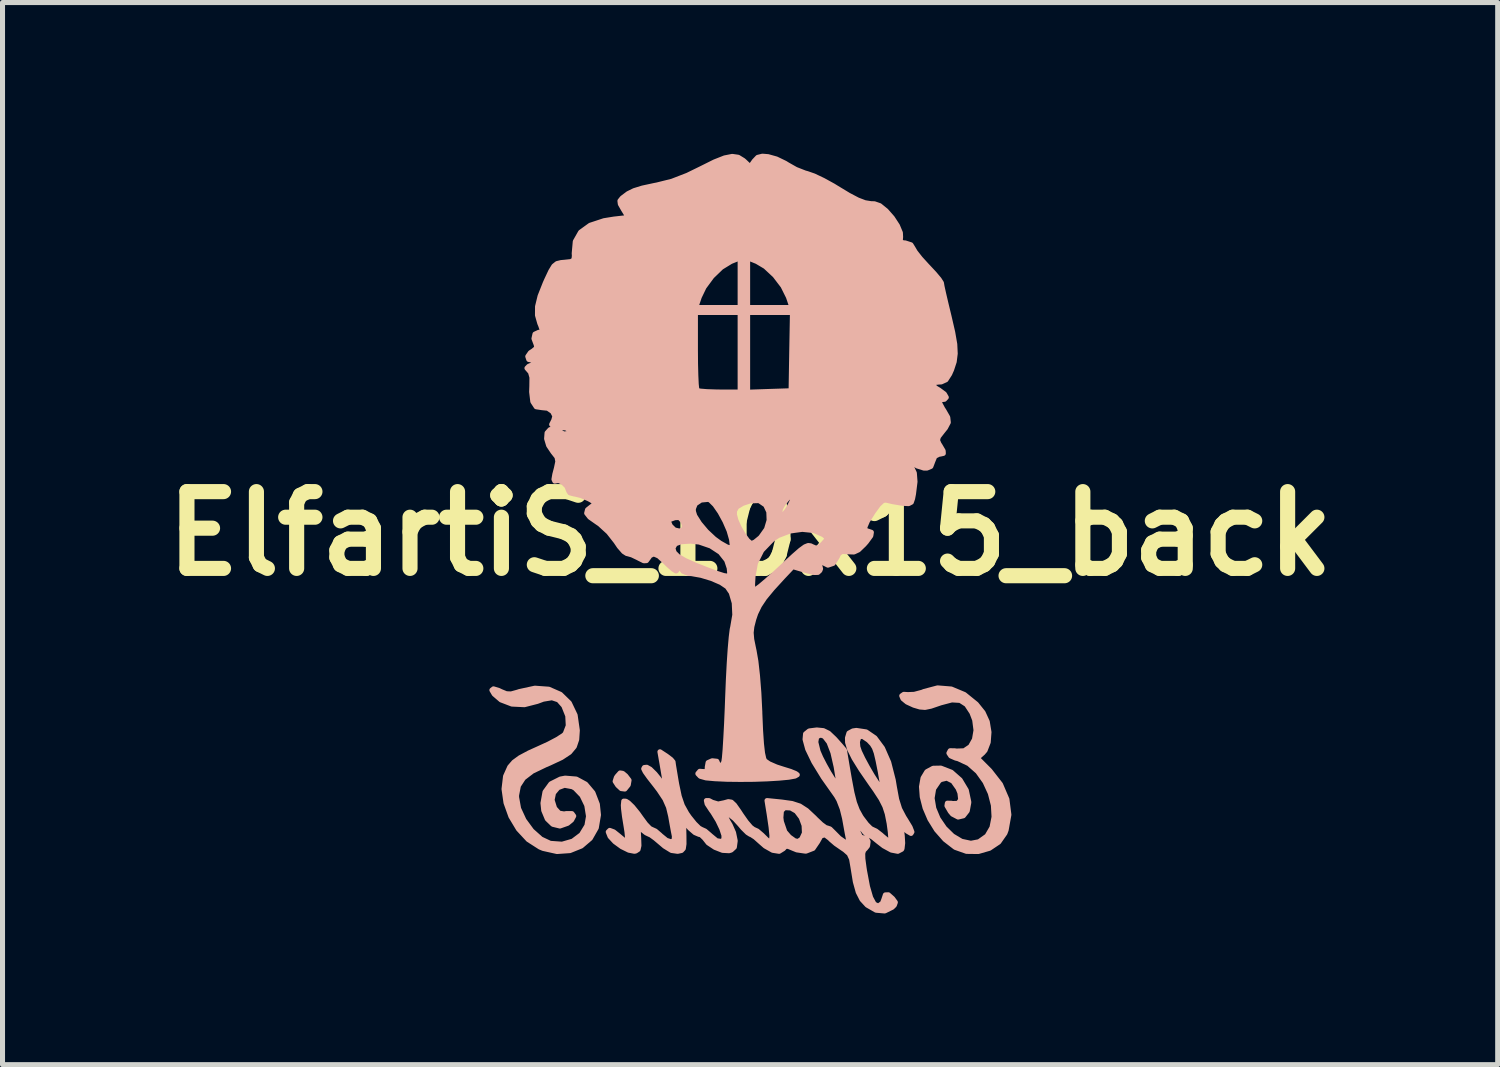
<source format=kicad_pcb>
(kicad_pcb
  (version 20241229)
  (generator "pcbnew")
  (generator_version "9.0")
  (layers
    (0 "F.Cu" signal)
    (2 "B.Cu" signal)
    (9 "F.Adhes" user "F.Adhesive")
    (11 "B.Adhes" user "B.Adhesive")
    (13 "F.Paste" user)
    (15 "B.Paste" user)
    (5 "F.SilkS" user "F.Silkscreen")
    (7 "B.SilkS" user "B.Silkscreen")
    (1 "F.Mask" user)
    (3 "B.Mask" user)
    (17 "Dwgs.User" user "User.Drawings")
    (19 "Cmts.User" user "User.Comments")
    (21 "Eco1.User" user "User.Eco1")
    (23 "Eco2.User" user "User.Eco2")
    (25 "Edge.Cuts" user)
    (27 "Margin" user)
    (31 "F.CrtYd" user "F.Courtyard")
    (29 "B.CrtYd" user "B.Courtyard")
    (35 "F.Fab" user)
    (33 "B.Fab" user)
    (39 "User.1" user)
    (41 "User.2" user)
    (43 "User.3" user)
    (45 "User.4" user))
  (footprint "ElfartiS_10x15_back"
    (layer "F.Cu")
    (at 11.836 7.541)
    (property "Reference" "ElfartiS_10x15_back" (at 0 0 0) (layer "F.SilkS") (effects (font (size 1.524 1.524) (thickness 0.3))))
    (attr exclude_from_pos_files exclude_from_bom)
    (fp_circle (center -0.2 0.3) (end -0.3 0.3) (stroke (width 0.15) (type solid)) (fill no) (layer "B.SilkS"))
    (fp_poly (pts (xy -2.402 4.893) (xy -2.417 4.981) (xy -2.42 4.988) (xy -2.485 5.068) (xy -2.557 5.059) (xy -2.627 4.994) (xy -2.678 4.915) (xy -2.654 4.839) (xy -2.636 4.813) (xy -2.579 4.749) (xy -2.528 4.757) (xy -2.468 4.807) (xy -2.402 4.893)) (stroke (width 0.1) (type solid)) (fill yes) (layer "B.SilkS"))
    (fp_poly (pts (xy -3.009 5.581) (xy -3.052 5.837) (xy -3.171 6.046) (xy -3.35 6.199) (xy -3.576 6.29) (xy -3.832 6.308) (xy -4.105 6.247) (xy -4.17 6.22) (xy -4.402 6.071) (xy -4.597 5.861) (xy -4.747 5.611) (xy -4.844 5.34) (xy -4.883 5.068) (xy -4.853 4.816) (xy -4.77 4.631) (xy -4.687 4.535) (xy -4.565 4.446) (xy -4.383 4.349) (xy -4.199 4.266) (xy -3.996 4.173) (xy -3.824 4.082) (xy -3.706 4.006) (xy -3.67 3.973) (xy -3.608 3.811) (xy -3.618 3.615) (xy -3.697 3.417) (xy -3.698 3.415) (xy -3.801 3.299) (xy -3.931 3.256) (xy -4.106 3.285) (xy -4.225 3.329) (xy -4.478 3.394) (xy -4.726 3.382) (xy -4.943 3.299) (xy -5.078 3.183) (xy -5.124 3.105) (xy -5.092 3.08) (xy -4.988 3.112) (xy -4.945 3.133) (xy -4.838 3.177) (xy -4.742 3.181) (xy -4.611 3.145) (xy -4.579 3.134) (xy -4.271 3.067) (xy -3.996 3.087) (xy -3.765 3.188) (xy -3.587 3.361) (xy -3.472 3.602) (xy -3.429 3.903) (xy -3.429 3.906) (xy -3.441 4.085) (xy -3.488 4.224) (xy -3.583 4.338) (xy -3.742 4.443) (xy -3.979 4.554) (xy -4.061 4.589) (xy -4.323 4.715) (xy -4.498 4.849) (xy -4.598 5.002) (xy -4.634 5.189) (xy -4.635 5.228) (xy -4.594 5.456) (xy -4.487 5.687) (xy -4.333 5.897) (xy -4.15 6.06) (xy -3.967 6.146) (xy -3.73 6.163) (xy -3.518 6.102) (xy -3.348 5.974) (xy -3.238 5.794) (xy -3.206 5.609) (xy -3.241 5.39) (xy -3.336 5.194) (xy -3.473 5.052) (xy -3.526 5.022) (xy -3.683 4.993) (xy -3.813 5.041) (xy -3.901 5.146) (xy -3.93 5.286) (xy -3.882 5.44) (xy -3.873 5.456) (xy -3.792 5.546) (xy -3.692 5.563) (xy -3.645 5.555) (xy -3.535 5.556) (xy -3.5 5.604) (xy -3.542 5.683) (xy -3.623 5.749) (xy -3.774 5.802) (xy -3.914 5.768) (xy -4.025 5.661) (xy -4.095 5.493) (xy -4.11 5.348) (xy -4.07 5.126) (xy -3.953 4.965) (xy -3.764 4.87) (xy -3.67 4.852) (xy -3.45 4.87) (xy -3.263 4.971) (xy -3.119 5.142) (xy -3.031 5.371) (xy -3.009 5.581)) (stroke (width 0.1) (type solid)) (fill yes) (layer "B.SilkS"))
    (fp_poly (pts (xy 5.136 5.578) (xy 5.082 5.88) (xy 5.058 5.944) (xy 4.935 6.12) (xy 4.75 6.244) (xy 4.528 6.308) (xy 4.296 6.305) (xy 4.078 6.228) (xy 4.066 6.221) (xy 3.867 6.067) (xy 3.7 5.877) (xy 3.568 5.664) (xy 3.473 5.442) (xy 3.417 5.223) (xy 3.402 5.022) (xy 3.432 4.851) (xy 3.508 4.724) (xy 3.634 4.656) (xy 3.786 4.653) (xy 3.994 4.734) (xy 4.169 4.888) (xy 4.291 5.092) (xy 4.34 5.322) (xy 4.34 5.339) (xy 4.31 5.501) (xy 4.233 5.599) (xy 4.129 5.624) (xy 4.018 5.566) (xy 3.973 5.513) (xy 3.907 5.4) (xy 3.915 5.349) (xy 3.998 5.351) (xy 4.019 5.356) (xy 4.13 5.352) (xy 4.18 5.279) (xy 4.165 5.147) (xy 4.128 5.055) (xy 4.026 4.911) (xy 3.906 4.851) (xy 3.782 4.881) (xy 3.748 4.908) (xy 3.643 5.062) (xy 3.612 5.249) (xy 3.646 5.453) (xy 3.731 5.656) (xy 3.859 5.844) (xy 4.017 5.999) (xy 4.195 6.105) (xy 4.382 6.145) (xy 4.543 6.114) (xy 4.703 6) (xy 4.801 5.831) (xy 4.842 5.622) (xy 4.829 5.39) (xy 4.768 5.152) (xy 4.663 4.924) (xy 4.519 4.722) (xy 4.34 4.564) (xy 4.131 4.466) (xy 4.081 4.454) (xy 3.983 4.411) (xy 3.946 4.355) (xy 3.971 4.308) (xy 4.061 4.309) (xy 4.092 4.315) (xy 4.25 4.309) (xy 4.373 4.226) (xy 4.453 4.084) (xy 4.484 3.902) (xy 4.458 3.698) (xy 4.402 3.551) (xy 4.297 3.391) (xy 4.17 3.309) (xy 4.004 3.299) (xy 3.781 3.358) (xy 3.758 3.366) (xy 3.588 3.424) (xy 3.472 3.448) (xy 3.372 3.44) (xy 3.25 3.404) (xy 3.246 3.402) (xy 3.116 3.342) (xy 3.034 3.275) (xy 3.01 3.218) (xy 3.051 3.189) (xy 3.132 3.194) (xy 3.259 3.189) (xy 3.414 3.148) (xy 3.453 3.132) (xy 3.721 3.061) (xy 3.992 3.083) (xy 4.253 3.192) (xy 4.489 3.383) (xy 4.624 3.551) (xy 4.707 3.732) (xy 4.741 3.939) (xy 4.726 4.139) (xy 4.664 4.3) (xy 4.621 4.35) (xy 4.507 4.452) (xy 4.758 4.704) (xy 4.97 4.976) (xy 5.097 5.272) (xy 5.136 5.578)) (stroke (width 0.1) (type solid)) (fill yes) (layer "B.SilkS"))
    (fp_poly (pts (xy 3.212 5.919) (xy 3.194 5.949) (xy 3.122 5.907) (xy 3.092 5.882) (xy 3.031 5.833) (xy 3.007 5.843) (xy 3.011 5.927) (xy 3.02 5.998) (xy 3.028 6.141) (xy 3.016 6.247) (xy 3.008 6.264) (xy 2.931 6.304) (xy 2.806 6.28) (xy 2.653 6.197) (xy 2.547 6.115) (xy 2.437 6.026) (xy 2.355 5.974) (xy 2.336 5.968) (xy 2.279 5.931) (xy 2.228 5.864) (xy 2.165 5.79) (xy 2.134 5.805) (xy 2.14 5.902) (xy 2.148 5.934) (xy 2.192 6.022) (xy 2.242 6.036) (xy 2.309 6.046) (xy 2.342 6.112) (xy 2.331 6.197) (xy 2.292 6.246) (xy 2.253 6.286) (xy 2.235 6.347) (xy 2.238 6.453) (xy 2.261 6.626) (xy 2.271 6.691) (xy 2.33 7.005) (xy 2.393 7.223) (xy 2.462 7.351) (xy 2.539 7.39) (xy 2.551 7.389) (xy 2.627 7.333) (xy 2.654 7.262) (xy 2.685 7.169) (xy 2.744 7.167) (xy 2.829 7.242) (xy 2.883 7.316) (xy 2.863 7.373) (xy 2.82 7.415) (xy 2.672 7.488) (xy 2.501 7.473) (xy 2.325 7.372) (xy 2.323 7.37) (xy 2.221 7.259) (xy 2.146 7.112) (xy 2.089 6.907) (xy 2.043 6.624) (xy 2.042 6.618) (xy 2.014 6.455) (xy 1.967 6.353) (xy 1.879 6.275) (xy 1.83 6.242) (xy 1.7 6.152) (xy 1.6 6.066) (xy 1.584 6.048) (xy 1.488 5.975) (xy 1.404 5.999) (xy 1.34 6.114) (xy 1.25 6.246) (xy 1.108 6.301) (xy 1.079 6.298) (xy 1.079 5.941) (xy 1.072 5.789) (xy 1.015 5.634) (xy 0.92 5.508) (xy 0.809 5.444) (xy 0.686 5.437) (xy 0.622 5.498) (xy 0.611 5.636) (xy 0.621 5.715) (xy 0.69 5.917) (xy 0.778 6.019) (xy 0.885 6.095) (xy 0.953 6.109) (xy 1.016 6.067) (xy 1.026 6.057) (xy 1.079 5.941) (xy 1.079 6.298) (xy 0.929 6.276) (xy 0.867 6.251) (xy 0.757 6.205) (xy 0.699 6.207) (xy 0.66 6.252) (xy 0.576 6.304) (xy 0.45 6.284) (xy 0.301 6.2) (xy 0.205 6.116) (xy 0.102 6.024) (xy 0.022 5.972) (xy 0.006 5.968) (xy -0.051 5.932) (xy -0.143 5.841) (xy -0.203 5.77) (xy -0.306 5.657) (xy -0.394 5.586) (xy -0.427 5.573) (xy -0.479 5.581) (xy -0.484 5.618) (xy -0.441 5.705) (xy -0.395 5.782) (xy -0.328 5.935) (xy -0.296 6.091) (xy -0.296 6.102) (xy -0.312 6.221) (xy -0.375 6.279) (xy -0.418 6.292) (xy -0.545 6.285) (xy -0.696 6.226) (xy -0.831 6.136) (xy -0.906 6.041) (xy -0.974 5.976) (xy -1.012 5.968) (xy -1.094 5.933) (xy -1.193 5.847) (xy -1.205 5.834) (xy -1.32 5.7) (xy -1.313 5.994) (xy -1.312 6.158) (xy -1.325 6.248) (xy -1.362 6.288) (xy -1.432 6.303) (xy -1.439 6.304) (xy -1.559 6.287) (xy -1.697 6.202) (xy -1.766 6.143) (xy -1.882 6.045) (xy -1.97 5.981) (xy -2 5.968) (xy -2.063 5.938) (xy -2.133 5.883) (xy -2.188 5.838) (xy -2.213 5.847) (xy -2.217 5.925) (xy -2.211 6.043) (xy -2.206 6.191) (xy -2.223 6.267) (xy -2.27 6.298) (xy -2.295 6.303) (xy -2.405 6.282) (xy -2.547 6.212) (xy -2.683 6.113) (xy -2.779 6.009) (xy -2.78 6.007) (xy -2.815 5.919) (xy -2.785 5.889) (xy -2.707 5.918) (xy -2.614 5.992) (xy -2.517 6.073) (xy -2.45 6.107) (xy -2.438 6.105) (xy -2.431 6.045) (xy -2.443 5.918) (xy -2.463 5.791) (xy -2.492 5.613) (xy -2.511 5.459) (xy -2.515 5.389) (xy -2.507 5.308) (xy -2.465 5.31) (xy -2.416 5.341) (xy -2.332 5.422) (xy -2.227 5.551) (xy -2.164 5.64) (xy -2.071 5.766) (xy -1.99 5.85) (xy -1.952 5.869) (xy -1.879 5.902) (xy -1.784 5.983) (xy -1.776 5.992) (xy -1.662 6.085) (xy -1.566 6.117) (xy -1.507 6.086) (xy -1.502 6.005) (xy -1.524 5.895) (xy -1.554 5.731) (xy -1.576 5.605) (xy -1.619 5.425) (xy -1.69 5.265) (xy -1.807 5.089) (xy -1.873 5.002) (xy -2.005 4.833) (xy -2.082 4.725) (xy -2.111 4.666) (xy -2.098 4.641) (xy -2.051 4.636) (xy -2.051 4.636) (xy -1.984 4.673) (xy -1.888 4.767) (xy -1.824 4.846) (xy -1.666 5.055) (xy -1.698 4.858) (xy -1.728 4.68) (xy -1.757 4.51) (xy -1.76 4.495) (xy -1.789 4.329) (xy -1.659 4.414) (xy -1.568 4.483) (xy -1.529 4.53) (xy -1.529 4.531) (xy -1.521 4.591) (xy -1.499 4.723) (xy -1.469 4.903) (xy -1.457 4.972) (xy -1.406 5.214) (xy -1.345 5.394) (xy -1.258 5.551) (xy -1.206 5.626) (xy -1.102 5.755) (xy -1.013 5.843) (xy -0.966 5.869) (xy -0.893 5.902) (xy -0.798 5.983) (xy -0.789 5.992) (xy -0.665 6.094) (xy -0.567 6.109) (xy -0.519 6.069) (xy -0.518 5.988) (xy -0.562 5.854) (xy -0.639 5.693) (xy -0.737 5.533) (xy -0.771 5.486) (xy -0.853 5.362) (xy -0.867 5.297) (xy -0.816 5.297) (xy -0.752 5.331) (xy -0.635 5.366) (xy -0.51 5.34) (xy -0.431 5.318) (xy -0.371 5.328) (xy -0.31 5.385) (xy -0.226 5.504) (xy -0.177 5.579) (xy -0.076 5.723) (xy 0.013 5.827) (xy 0.069 5.869) (xy 0.071 5.869) (xy 0.143 5.902) (xy 0.238 5.983) (xy 0.247 5.992) (xy 0.336 6.08) (xy 0.395 6.116) (xy 0.427 6.091) (xy 0.434 5.996) (xy 0.417 5.824) (xy 0.379 5.564) (xy 0.368 5.497) (xy 0.336 5.297) (xy 0.624 5.326) (xy 0.831 5.355) (xy 0.985 5.405) (xy 1.121 5.493) (xy 1.276 5.638) (xy 1.303 5.666) (xy 1.414 5.771) (xy 1.499 5.833) (xy 1.533 5.842) (xy 1.586 5.86) (xy 1.661 5.934) (xy 1.662 5.935) (xy 1.769 6.043) (xy 1.864 6.11) (xy 1.944 6.145) (xy 1.961 6.114) (xy 1.951 6.057) (xy 1.929 5.947) (xy 1.899 5.781) (xy 1.875 5.647) (xy 1.828 5.458) (xy 1.762 5.287) (xy 1.76 5.283) (xy 1.76 5.013) (xy 1.759 4.962) (xy 1.743 4.838) (xy 1.715 4.666) (xy 1.708 4.624) (xy 1.644 4.343) (xy 1.566 4.14) (xy 1.476 4.023) (xy 1.403 3.995) (xy 1.322 4.03) (xy 1.304 4.137) (xy 1.348 4.317) (xy 1.352 4.329) (xy 1.403 4.446) (xy 1.479 4.593) (xy 1.565 4.746) (xy 1.65 4.882) (xy 1.719 4.979) (xy 1.758 5.014) (xy 1.76 5.013) (xy 1.76 5.283) (xy 1.714 5.203) (xy 1.456 4.838) (xy 1.265 4.527) (xy 1.143 4.274) (xy 1.091 4.082) (xy 1.101 3.974) (xy 1.174 3.915) (xy 1.324 3.896) (xy 1.454 3.909) (xy 1.558 3.96) (xy 1.674 4.07) (xy 1.696 4.094) (xy 1.795 4.205) (xy 1.86 4.282) (xy 1.875 4.303) (xy 1.882 4.354) (xy 1.904 4.482) (xy 1.935 4.667) (xy 1.97 4.87) (xy 2.021 5.141) (xy 2.071 5.339) (xy 2.128 5.489) (xy 2.199 5.617) (xy 2.219 5.646) (xy 2.313 5.77) (xy 2.394 5.851) (xy 2.429 5.869) (xy 2.498 5.901) (xy 2.599 5.979) (xy 2.623 6.001) (xy 2.717 6.079) (xy 2.779 6.109) (xy 2.788 6.106) (xy 2.793 6.048) (xy 2.783 5.92) (xy 2.76 5.748) (xy 2.757 5.733) (xy 2.722 5.556) (xy 2.674 5.41) (xy 2.634 5.331) (xy 2.634 5.036) (xy 2.618 4.919) (xy 2.589 4.753) (xy 2.585 4.728) (xy 2.54 4.502) (xy 2.504 4.349) (xy 2.468 4.249) (xy 2.424 4.177) (xy 2.362 4.111) (xy 2.346 4.096) (xy 2.233 4.02) (xy 2.159 4.033) (xy 2.13 4.131) (xy 2.138 4.231) (xy 2.17 4.325) (xy 2.238 4.467) (xy 2.327 4.632) (xy 2.425 4.8) (xy 2.518 4.945) (xy 2.593 5.046) (xy 2.633 5.08) (xy 2.634 5.036) (xy 2.634 5.331) (xy 2.599 5.262) (xy 2.483 5.084) (xy 2.405 4.974) (xy 2.205 4.684) (xy 2.064 4.457) (xy 1.976 4.28) (xy 1.935 4.142) (xy 1.933 4.053) (xy 1.962 3.958) (xy 2.041 3.915) (xy 2.109 3.905) (xy 2.303 3.934) (xy 2.477 4.053) (xy 2.628 4.257) (xy 2.751 4.538) (xy 2.841 4.891) (xy 2.863 5.024) (xy 2.909 5.274) (xy 2.968 5.463) (xy 3.054 5.627) (xy 3.084 5.674) (xy 3.175 5.824) (xy 3.212 5.919)) (stroke (width 0.1) (type solid)) (fill yes) (layer "B.SilkS"))
    (fp_poly (pts (xy 4.071 -3.574) (xy 4.051 -3.413) (xy 4 -3.257) (xy 3.961 -3.169) (xy 3.887 -3.054) (xy 3.792 -3.011) (xy 3.743 -3.009) (xy 3.63 -2.995) (xy 3.612 -2.955) (xy 3.689 -2.887) (xy 3.749 -2.851) (xy 3.856 -2.772) (xy 3.894 -2.705) (xy 3.858 -2.667) (xy 3.822 -2.663) (xy 3.762 -2.648) (xy 3.761 -2.593) (xy 3.821 -2.481) (xy 3.847 -2.441) (xy 3.923 -2.308) (xy 3.934 -2.208) (xy 3.878 -2.101) (xy 3.817 -2.025) (xy 3.738 -1.923) (xy 3.718 -1.854) (xy 3.75 -1.779) (xy 3.768 -1.752) (xy 3.832 -1.643) (xy 3.835 -1.593) (xy 3.774 -1.579) (xy 3.752 -1.578) (xy 3.667 -1.536) (xy 3.626 -1.436) (xy 3.6 -1.367) (xy 3.6 -1.561) (xy 3.585 -1.605) (xy 3.529 -1.656) (xy 3.431 -1.714) (xy 3.38 -1.722) (xy 3.393 -1.683) (xy 3.452 -1.63) (xy 3.544 -1.572) (xy 3.598 -1.56) (xy 3.6 -1.561) (xy 3.6 -1.367) (xy 3.587 -1.334) (xy 3.508 -1.301) (xy 3.453 -1.301) (xy 3.315 -1.344) (xy 3.217 -1.418) (xy 3.129 -1.489) (xy 3.072 -1.478) (xy 3.058 -1.414) (xy 3.079 -1.388) (xy 3.089 -1.395) (xy 3.137 -1.385) (xy 3.206 -1.319) (xy 3.26 -1.203) (xy 3.273 -1.031) (xy 3.243 -0.789) (xy 3.225 -0.696) (xy 3.2 -0.624) (xy 3.146 -0.596) (xy 3.034 -0.602) (xy 2.991 -0.608) (xy 2.841 -0.633) (xy 2.723 -0.66) (xy 2.702 -0.667) (xy 2.636 -0.658) (xy 2.55 -0.579) (xy 2.445 -0.436) (xy 2.329 -0.25) (xy 2.277 -0.129) (xy 2.287 -0.065) (xy 2.343 -0.049) (xy 2.407 -0.027) (xy 2.396 0.042) (xy 2.307 0.164) (xy 2.261 0.216) (xy 2.151 0.322) (xy 2.071 0.359) (xy 2.071 0.123) (xy 2.047 0.099) (xy 2.022 0.123) (xy 2.047 0.148) (xy 2.071 0.123) (xy 2.071 0.359) (xy 2.06 0.364) (xy 1.948 0.36) (xy 1.941 0.359) (xy 1.824 0.352) (xy 1.762 0.393) (xy 1.728 0.464) (xy 1.648 0.59) (xy 1.545 0.625) (xy 1.521 0.613) (xy 1.521 0.077) (xy 1.463 0.026) (xy 1.459 0.022) (xy 1.271 -0.062) (xy 1.062 -0.083) (xy 1.062 -0.283) (xy 1.054 -0.321) (xy 1.006 -0.382) (xy 0.955 -0.391) (xy 0.937 -0.353) (xy 0.976 -0.275) (xy 1.042 -0.247) (xy 1.062 -0.283) (xy 1.062 -0.083) (xy 1.038 -0.086) (xy 0.874 -0.064) (xy 0.874 -0.754) (xy 0.871 -0.773) (xy 0.841 -0.768) (xy 0.841 -4.39) (xy 0.832 -4.39) (xy 0.832 -4.488) (xy 0.761 -4.698) (xy 0.653 -4.915) (xy 0.492 -5.126) (xy 0.304 -5.301) (xy 0.136 -5.401) (xy -0.049 -5.476) (xy -0.049 -4.982) (xy -0.049 -4.488) (xy 0.392 -4.488) (xy 0.832 -4.488) (xy 0.832 -4.39) (xy 0.396 -4.39) (xy -0.049 -4.39) (xy -0.049 -3.598) (xy -0.049 -2.807) (xy 0.382 -2.822) (xy 0.814 -2.836) (xy 0.827 -3.613) (xy 0.841 -4.39) (xy 0.841 -0.768) (xy 0.82 -0.765) (xy 0.743 -0.699) (xy 0.664 -0.603) (xy 0.607 -0.504) (xy 0.592 -0.446) (xy 0.608 -0.359) (xy 0.656 -0.364) (xy 0.733 -0.46) (xy 0.785 -0.546) (xy 0.846 -0.669) (xy 0.874 -0.754) (xy 0.874 -0.064) (xy 0.791 -0.052) (xy 0.56 0.036) (xy 0.444 0.112) (xy 0.378 0.18) (xy 0.378 -0.265) (xy 0.372 -0.433) (xy 0.309 -0.568) (xy 0.191 -0.649) (xy 0.164 -0.656) (xy 0.005 -0.651) (xy -0.148 -0.601) (xy -0.197 -0.571) (xy -0.197 -2.811) (xy -0.197 -3.6) (xy -0.197 -4.39) (xy -0.197 -4.488) (xy -0.197 -4.982) (xy -0.197 -5.476) (xy -0.382 -5.401) (xy -0.57 -5.286) (xy -0.757 -5.106) (xy -0.914 -4.893) (xy -1.008 -4.698) (xy -1.079 -4.488) (xy -0.638 -4.488) (xy -0.197 -4.488) (xy -0.197 -4.39) (xy -0.641 -4.39) (xy -1.085 -4.39) (xy -1.085 -3.633) (xy -1.083 -3.37) (xy -1.077 -3.142) (xy -1.069 -2.967) (xy -1.058 -2.864) (xy -1.052 -2.844) (xy -0.991 -2.829) (xy -0.856 -2.818) (xy -0.674 -2.812) (xy -0.608 -2.811) (xy -0.197 -2.811) (xy -0.197 -0.571) (xy -0.264 -0.531) (xy -0.309 -0.452) (xy -0.311 -0.379) (xy -0.281 -0.265) (xy -0.217 -0.121) (xy -0.134 0.022) (xy -0.05 0.137) (xy 0.019 0.195) (xy 0.03 0.197) (xy 0.099 0.165) (xy 0.196 0.086) (xy 0.214 0.068) (xy 0.326 -0.09) (xy 0.378 -0.265) (xy 0.378 0.18) (xy 0.232 0.332) (xy 0.106 0.583) (xy 0.058 0.848) (xy 0.049 1.01) (xy 0.053 1.093) (xy 0.078 1.115) (xy 0.129 1.095) (xy 0.131 1.094) (xy 0.202 1.042) (xy 0.327 0.936) (xy 0.489 0.793) (xy 0.669 0.626) (xy 0.677 0.618) (xy 0.867 0.442) (xy 1 0.326) (xy 1.091 0.26) (xy 1.154 0.235) (xy 1.203 0.242) (xy 1.23 0.256) (xy 1.311 0.29) (xy 1.383 0.261) (xy 1.442 0.206) (xy 1.515 0.125) (xy 1.521 0.077) (xy 1.521 0.613) (xy 1.428 0.566) (xy 1.352 0.521) (xy 1.33 0.547) (xy 1.379 0.619) (xy 1.399 0.697) (xy 1.385 0.733) (xy 1.345 0.769) (xy 1.271 0.771) (xy 1.137 0.739) (xy 1.095 0.727) (xy 0.846 0.654) (xy 0.654 0.857) (xy 0.442 1.089) (xy 0.289 1.274) (xy 0.184 1.432) (xy 0.112 1.581) (xy 0.073 1.696) (xy 0.035 1.844) (xy 0.021 1.965) (xy 0.032 2.097) (xy 0.069 2.279) (xy 0.079 2.325) (xy 0.115 2.533) (xy 0.147 2.819) (xy 0.174 3.161) (xy 0.193 3.538) (xy 0.193 3.557) (xy 0.208 3.91) (xy 0.226 4.173) (xy 0.247 4.356) (xy 0.272 4.468) (xy 0.292 4.509) (xy 0.375 4.566) (xy 0.519 4.629) (xy 0.649 4.671) (xy 0.801 4.718) (xy 0.905 4.761) (xy 0.937 4.785) (xy 0.891 4.811) (xy 0.764 4.834) (xy 0.573 4.852) (xy 0.338 4.866) (xy 0.075 4.875) (xy -0.197 4.877) (xy -0.462 4.874) (xy -0.7 4.863) (xy -0.875 4.847) (xy -0.988 4.815) (xy -1.036 4.764) (xy -1.036 4.761) (xy -0.998 4.716) (xy -0.937 4.721) (xy -0.863 4.722) (xy -0.848 4.655) (xy -0.85 4.636) (xy -0.833 4.543) (xy -0.752 4.507) (xy -0.66 4.517) (xy -0.641 4.562) (xy -0.62 4.63) (xy -0.573 4.62) (xy -0.525 4.54) (xy -0.52 4.525) (xy -0.509 4.446) (xy -0.495 4.283) (xy -0.481 4.052) (xy -0.466 3.769) (xy -0.452 3.447) (xy -0.444 3.23) (xy -0.43 2.887) (xy -0.413 2.565) (xy -0.394 2.283) (xy -0.374 2.056) (xy -0.355 1.902) (xy -0.344 1.851) (xy -0.303 1.612) (xy -0.314 1.374) (xy -0.353 1.241) (xy -0.353 0.237) (xy -0.367 0.117) (xy -0.368 0.111) (xy -0.417 -0.06) (xy -0.498 -0.247) (xy -0.596 -0.427) (xy -0.698 -0.574) (xy -0.79 -0.665) (xy -0.828 -0.681) (xy -0.976 -0.667) (xy -1.088 -0.592) (xy -1.134 -0.476) (xy -1.134 -0.471) (xy -1.098 -0.354) (xy -1.002 -0.202) (xy -0.867 -0.042) (xy -0.712 0.103) (xy -0.599 0.185) (xy -0.456 0.266) (xy -0.379 0.285) (xy -0.353 0.237) (xy -0.353 1.241) (xy -0.374 1.17) (xy -0.404 1.127) (xy -0.404 0.787) (xy -0.414 0.682) (xy -0.459 0.546) (xy -0.469 0.523) (xy -0.591 0.369) (xy -0.78 0.245) (xy -1.007 0.167) (xy -1.179 0.148) (xy -1.305 0.156) (xy -1.305 -0.174) (xy -1.332 -0.248) (xy -1.404 -0.322) (xy -1.495 -0.317) (xy -1.596 -0.28) (xy -1.619 -0.238) (xy -1.583 -0.156) (xy -1.581 -0.152) (xy -1.501 -0.074) (xy -1.398 -0.05) (xy -1.315 -0.087) (xy -1.308 -0.098) (xy -1.305 -0.174) (xy -1.305 0.156) (xy -1.374 0.161) (xy -1.486 0.203) (xy -1.528 0.28) (xy -1.529 0.3) (xy -1.506 0.375) (xy -1.431 0.45) (xy -1.291 0.532) (xy -1.076 0.628) (xy -0.852 0.716) (xy -0.65 0.791) (xy -0.522 0.832) (xy -0.45 0.843) (xy -0.416 0.826) (xy -0.404 0.787) (xy -0.404 1.127) (xy -0.453 1.054) (xy -0.577 0.97) (xy -0.762 0.89) (xy -0.971 0.827) (xy -1.167 0.792) (xy -1.222 0.79) (xy -1.332 0.745) (xy -1.381 0.666) (xy -1.437 0.576) (xy -1.491 0.546) (xy -1.527 0.557) (xy -1.492 0.575) (xy -1.443 0.627) (xy -1.431 0.698) (xy -1.463 0.739) (xy -1.47 0.74) (xy -1.525 0.707) (xy -1.619 0.624) (xy -1.677 0.567) (xy -1.813 0.444) (xy -1.911 0.401) (xy -1.985 0.435) (xy -2.017 0.481) (xy -2.057 0.535) (xy -2.108 0.538) (xy -2.205 0.49) (xy -2.221 0.481) (xy -2.344 0.422) (xy -2.439 0.395) (xy -2.446 0.395) (xy -2.508 0.355) (xy -2.596 0.254) (xy -2.663 0.155) (xy -2.808 -0.03) (xy -2.91 -0.123) (xy -2.91 -0.395) (xy -2.95 -0.439) (xy -2.981 -0.444) (xy -3.065 -0.414) (xy -3.083 -0.395) (xy -3.067 -0.356) (xy -3.011 -0.345) (xy -2.93 -0.365) (xy -2.91 -0.395) (xy -2.91 -0.123) (xy -2.984 -0.191) (xy -3.033 -0.224) (xy -3.181 -0.328) (xy -3.243 -0.407) (xy -3.226 -0.474) (xy -3.147 -0.537) (xy -3.082 -0.583) (xy -3.082 -0.618) (xy -3.156 -0.667) (xy -3.209 -0.695) (xy -3.35 -0.755) (xy -3.475 -0.786) (xy -3.489 -0.787) (xy -3.576 -0.81) (xy -3.578 -0.813) (xy -3.578 -2.019) (xy -3.595 -2.067) (xy -3.653 -2.097) (xy -3.757 -2.111) (xy -3.793 -2.072) (xy -3.775 -2.025) (xy -3.7 -1.977) (xy -3.61 -1.989) (xy -3.578 -2.019) (xy -3.578 -0.813) (xy -3.6 -0.847) (xy -3.635 -0.938) (xy -3.715 -1.019) (xy -3.802 -1.056) (xy -3.827 -1.052) (xy -3.876 -1.043) (xy -3.892 -1.079) (xy -3.875 -1.178) (xy -3.843 -1.3) (xy -3.815 -1.432) (xy -3.832 -1.521) (xy -3.906 -1.615) (xy -3.911 -1.621) (xy -3.998 -1.751) (xy -4.038 -1.885) (xy -4.029 -1.999) (xy -3.97 -2.065) (xy -3.93 -2.072) (xy -3.861 -2.081) (xy -3.882 -2.111) (xy -3.893 -2.118) (xy -3.938 -2.167) (xy -3.905 -2.233) (xy -3.899 -2.241) (xy -3.873 -2.333) (xy -3.92 -2.424) (xy -4.014 -2.489) (xy -4.131 -2.501) (xy -4.244 -2.518) (xy -4.312 -2.622) (xy -4.335 -2.813) (xy -4.331 -2.927) (xy -4.329 -3.102) (xy -4.358 -3.205) (xy -4.388 -3.239) (xy -4.428 -3.285) (xy -4.392 -3.322) (xy -4.328 -3.349) (xy -4.22 -3.4) (xy -4.2 -3.434) (xy -4.271 -3.442) (xy -4.303 -3.44) (xy -4.392 -3.457) (xy -4.412 -3.517) (xy -4.361 -3.591) (xy -4.307 -3.626) (xy -4.233 -3.687) (xy -4.244 -3.751) (xy -4.289 -3.871) (xy -4.269 -3.961) (xy -4.195 -3.995) (xy -4.136 -4.002) (xy -4.124 -4.039) (xy -4.156 -4.133) (xy -4.174 -4.176) (xy -4.219 -4.335) (xy -4.218 -4.507) (xy -4.168 -4.713) (xy -4.065 -4.973) (xy -4.035 -5.04) (xy -3.955 -5.21) (xy -3.894 -5.31) (xy -3.832 -5.36) (xy -3.749 -5.38) (xy -3.681 -5.386) (xy -3.552 -5.4) (xy -3.496 -5.434) (xy -3.487 -5.512) (xy -3.49 -5.564) (xy -3.469 -5.798) (xy -3.364 -5.983) (xy -3.174 -6.12) (xy -2.898 -6.211) (xy -2.7 -6.243) (xy -2.416 -6.275) (xy -2.514 -6.435) (xy -2.575 -6.542) (xy -2.583 -6.604) (xy -2.541 -6.657) (xy -2.527 -6.669) (xy -2.422 -6.748) (xy -2.3 -6.808) (xy -2.135 -6.859) (xy -1.903 -6.909) (xy -1.846 -6.92) (xy -1.549 -6.994) (xy -1.244 -7.112) (xy -0.97 -7.246) (xy -0.705 -7.378) (xy -0.505 -7.457) (xy -0.354 -7.487) (xy -0.236 -7.47) (xy -0.135 -7.408) (xy -0.113 -7.389) (xy 0.002 -7.28) (xy 0.082 -7.394) (xy 0.152 -7.468) (xy 0.245 -7.491) (xy 0.356 -7.482) (xy 0.521 -7.436) (xy 0.695 -7.352) (xy 0.74 -7.324) (xy 0.908 -7.229) (xy 1.089 -7.158) (xy 1.133 -7.146) (xy 1.268 -7.099) (xy 1.451 -7.012) (xy 1.651 -6.902) (xy 1.716 -6.862) (xy 1.956 -6.717) (xy 2.137 -6.622) (xy 2.279 -6.568) (xy 2.403 -6.548) (xy 2.466 -6.547) (xy 2.573 -6.51) (xy 2.699 -6.408) (xy 2.823 -6.267) (xy 2.924 -6.112) (xy 2.983 -5.971) (xy 2.987 -5.889) (xy 2.98 -5.801) (xy 3.036 -5.772) (xy 3.078 -5.77) (xy 3.192 -5.733) (xy 3.231 -5.67) (xy 3.28 -5.587) (xy 3.379 -5.461) (xy 3.51 -5.317) (xy 3.53 -5.296) (xy 3.657 -5.16) (xy 3.752 -5.047) (xy 3.796 -4.978) (xy 3.798 -4.972) (xy 3.809 -4.907) (xy 3.84 -4.767) (xy 3.886 -4.57) (xy 3.942 -4.338) (xy 3.95 -4.305) (xy 4.021 -3.997) (xy 4.062 -3.761) (xy 4.071 -3.574)) (stroke (width 0.1) (type solid)) (fill yes) (layer "B.SilkS")))
  (gr_rect
    (start -3 -3)
    (end 26.673 18.079)
    (stroke (width 0.1) (type default))
    (fill no)
    (layer "Edge.Cuts")))
</source>
